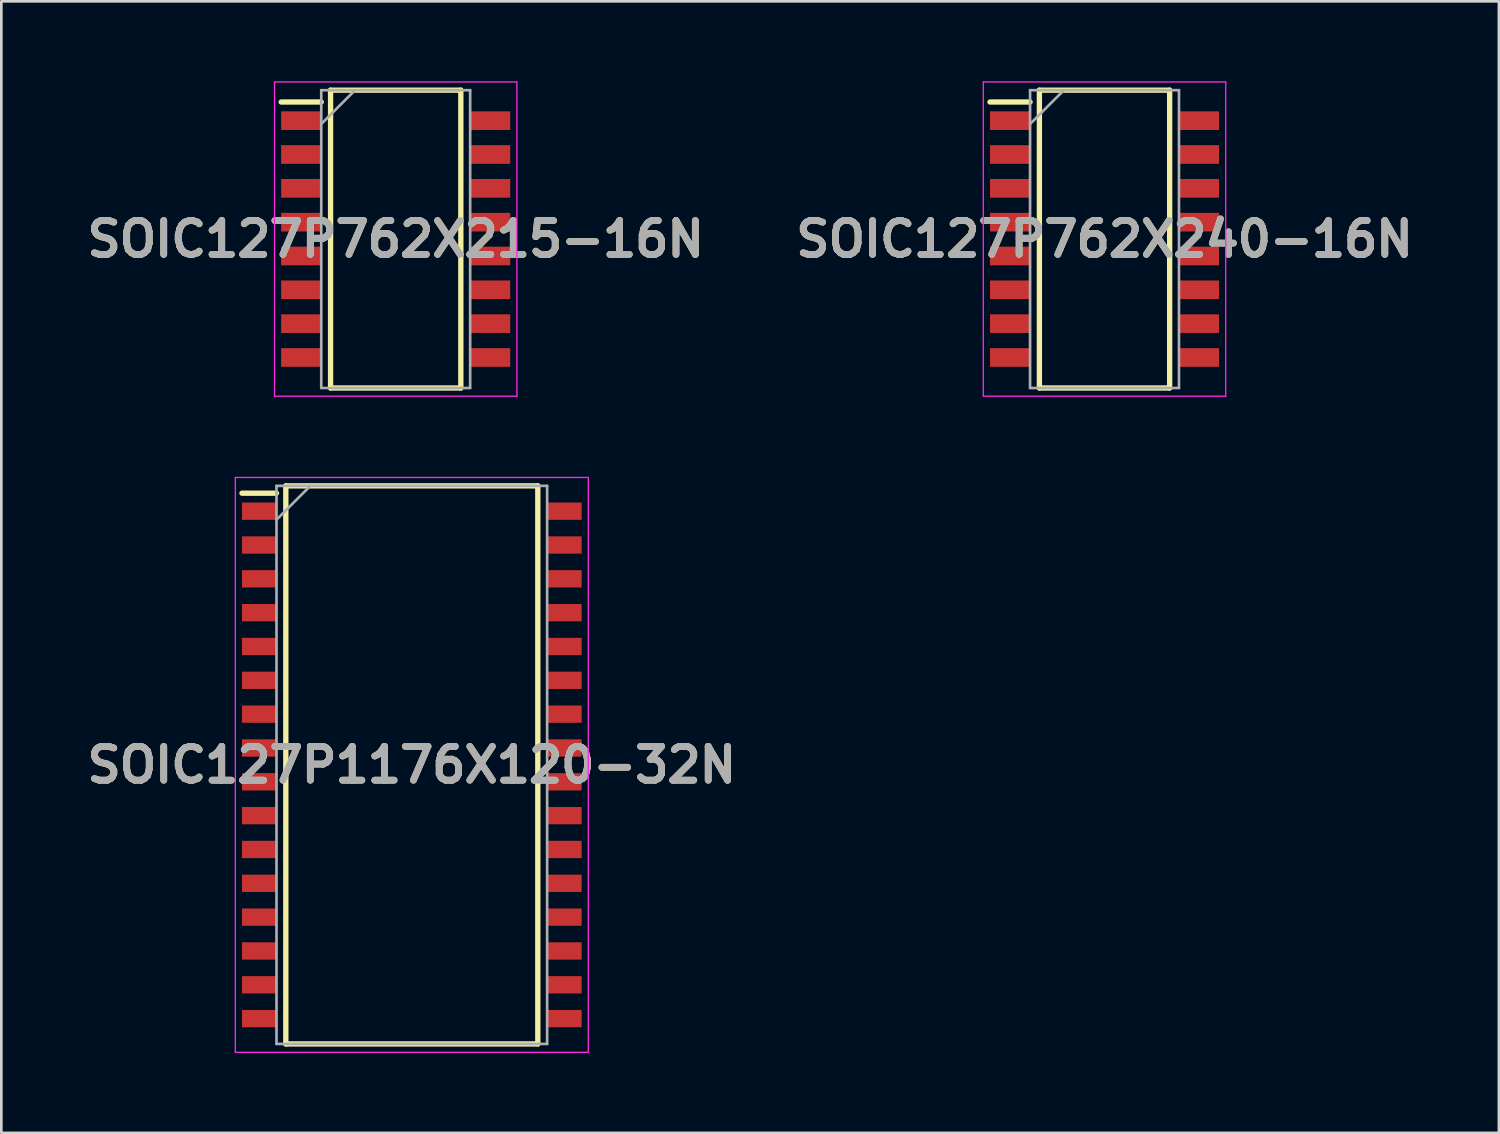
<source format=kicad_pcb>
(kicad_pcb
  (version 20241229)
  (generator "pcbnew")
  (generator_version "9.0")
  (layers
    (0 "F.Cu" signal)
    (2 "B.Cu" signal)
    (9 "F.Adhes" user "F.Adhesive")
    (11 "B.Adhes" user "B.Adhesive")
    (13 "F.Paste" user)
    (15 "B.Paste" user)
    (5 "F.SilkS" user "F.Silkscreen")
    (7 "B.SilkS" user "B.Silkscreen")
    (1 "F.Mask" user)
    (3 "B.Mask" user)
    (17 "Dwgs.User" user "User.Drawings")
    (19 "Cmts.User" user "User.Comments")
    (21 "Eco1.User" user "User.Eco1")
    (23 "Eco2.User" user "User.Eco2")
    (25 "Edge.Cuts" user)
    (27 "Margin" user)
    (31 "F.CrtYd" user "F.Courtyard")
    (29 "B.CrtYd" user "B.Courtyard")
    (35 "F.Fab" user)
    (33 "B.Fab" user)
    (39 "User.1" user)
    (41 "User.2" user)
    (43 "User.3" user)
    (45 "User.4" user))
  (footprint "SOIC127P762X215-16N"
    (layer "F.Cu")
    (at 11.805 5.925)
    (property "Reference" "SOIC127P762X215-16N" (at 0 0 0) (layer "F.SilkS") (effects (font (size 1.27 1.27) (thickness 0.254))))
    (attr smd)
    (fp_line (start -4.3 -5.145) (end -2.795 -5.145) (stroke (width 0.2) (type solid)) (layer "F.SilkS"))
    (fp_line (start -2.445 -5.59) (end 2.445 -5.59) (stroke (width 0.2) (type solid)) (layer "F.SilkS"))
    (fp_line (start -2.445 5.59) (end -2.445 -5.59) (stroke (width 0.2) (type solid)) (layer "F.SilkS"))
    (fp_line (start 2.445 -5.59) (end 2.445 5.59) (stroke (width 0.2) (type solid)) (layer "F.SilkS"))
    (fp_line (start 2.445 5.59) (end -2.445 5.59) (stroke (width 0.2) (type solid)) (layer "F.SilkS"))
    (fp_line (start -4.55 -5.9) (end 4.55 -5.9) (stroke (width 0.05) (type solid)) (layer "F.CrtYd"))
    (fp_line (start -4.55 5.9) (end -4.55 -5.9) (stroke (width 0.05) (type solid)) (layer "F.CrtYd"))
    (fp_line (start 4.55 -5.9) (end 4.55 5.9) (stroke (width 0.05) (type solid)) (layer "F.CrtYd"))
    (fp_line (start 4.55 5.9) (end -4.55 5.9) (stroke (width 0.05) (type solid)) (layer "F.CrtYd"))
    (fp_line (start -2.795 -5.59) (end 2.795 -5.59) (stroke (width 0.1) (type solid)) (layer "F.Fab"))
    (fp_line (start -2.795 -4.32) (end -1.525 -5.59) (stroke (width 0.1) (type solid)) (layer "F.Fab"))
    (fp_line (start -2.795 5.59) (end -2.795 -5.59) (stroke (width 0.1) (type solid)) (layer "F.Fab"))
    (fp_line (start 2.795 -5.59) (end 2.795 5.59) (stroke (width 0.1) (type solid)) (layer "F.Fab"))
    (fp_line (start 2.795 5.59) (end -2.795 5.59) (stroke (width 0.1) (type solid)) (layer "F.Fab"))
    (fp_text user "${REFERENCE}" (at 0 0 0) (layer "F.Fab") (effects (font (size 1.27 1.27) (thickness 0.254))))
    (pad "1" smd rect (at -3.548 -4.445 90) (size 0.7 1.505) (layers "F.Cu" "F.Mask" "F.Paste"))
    (pad "2" smd rect (at -3.548 -3.175 90) (size 0.7 1.505) (layers "F.Cu" "F.Mask" "F.Paste"))
    (pad "3" smd rect (at -3.548 -1.905 90) (size 0.7 1.505) (layers "F.Cu" "F.Mask" "F.Paste"))
    (pad "4" smd rect (at -3.548 -0.635 90) (size 0.7 1.505) (layers "F.Cu" "F.Mask" "F.Paste"))
    (pad "5" smd rect (at -3.548 0.635 90) (size 0.7 1.505) (layers "F.Cu" "F.Mask" "F.Paste"))
    (pad "6" smd rect (at -3.548 1.905 90) (size 0.7 1.505) (layers "F.Cu" "F.Mask" "F.Paste"))
    (pad "7" smd rect (at -3.548 3.175 90) (size 0.7 1.505) (layers "F.Cu" "F.Mask" "F.Paste"))
    (pad "8" smd rect (at -3.548 4.445 90) (size 0.7 1.505) (layers "F.Cu" "F.Mask" "F.Paste"))
    (pad "9" smd rect (at 3.548 4.445 90) (size 0.7 1.505) (layers "F.Cu" "F.Mask" "F.Paste"))
    (pad "10" smd rect (at 3.548 3.175 90) (size 0.7 1.505) (layers "F.Cu" "F.Mask" "F.Paste"))
    (pad "11" smd rect (at 3.548 1.905 90) (size 0.7 1.505) (layers "F.Cu" "F.Mask" "F.Paste"))
    (pad "12" smd rect (at 3.548 0.635 90) (size 0.7 1.505) (layers "F.Cu" "F.Mask" "F.Paste"))
    (pad "13" smd rect (at 3.548 -0.635 90) (size 0.7 1.505) (layers "F.Cu" "F.Mask" "F.Paste"))
    (pad "14" smd rect (at 3.548 -1.905 90) (size 0.7 1.505) (layers "F.Cu" "F.Mask" "F.Paste"))
    (pad "15" smd rect (at 3.548 -3.175 90) (size 0.7 1.505) (layers "F.Cu" "F.Mask" "F.Paste"))
    (pad "16" smd rect (at 3.548 -4.445 90) (size 0.7 1.505) (layers "F.Cu" "F.Mask" "F.Paste")))
  (footprint "SOIC127P762X240-16N"
    (layer "F.Cu")
    (at 38.415 5.925)
    (property "Reference" "SOIC127P762X240-16N" (at 0 0 0) (layer "F.SilkS") (effects (font (size 1.27 1.27) (thickness 0.254))))
    (attr smd)
    (fp_line (start -4.3 -5.145) (end -2.795 -5.145) (stroke (width 0.2) (type solid)) (layer "F.SilkS"))
    (fp_line (start -2.445 -5.59) (end 2.445 -5.59) (stroke (width 0.2) (type solid)) (layer "F.SilkS"))
    (fp_line (start -2.445 5.59) (end -2.445 -5.59) (stroke (width 0.2) (type solid)) (layer "F.SilkS"))
    (fp_line (start 2.445 -5.59) (end 2.445 5.59) (stroke (width 0.2) (type solid)) (layer "F.SilkS"))
    (fp_line (start 2.445 5.59) (end -2.445 5.59) (stroke (width 0.2) (type solid)) (layer "F.SilkS"))
    (fp_line (start -4.55 -5.9) (end 4.55 -5.9) (stroke (width 0.05) (type solid)) (layer "F.CrtYd"))
    (fp_line (start -4.55 5.9) (end -4.55 -5.9) (stroke (width 0.05) (type solid)) (layer "F.CrtYd"))
    (fp_line (start 4.55 -5.9) (end 4.55 5.9) (stroke (width 0.05) (type solid)) (layer "F.CrtYd"))
    (fp_line (start 4.55 5.9) (end -4.55 5.9) (stroke (width 0.05) (type solid)) (layer "F.CrtYd"))
    (fp_line (start -2.795 -5.59) (end 2.795 -5.59) (stroke (width 0.1) (type solid)) (layer "F.Fab"))
    (fp_line (start -2.795 -4.32) (end -1.525 -5.59) (stroke (width 0.1) (type solid)) (layer "F.Fab"))
    (fp_line (start -2.795 5.59) (end -2.795 -5.59) (stroke (width 0.1) (type solid)) (layer "F.Fab"))
    (fp_line (start 2.795 -5.59) (end 2.795 5.59) (stroke (width 0.1) (type solid)) (layer "F.Fab"))
    (fp_line (start 2.795 5.59) (end -2.795 5.59) (stroke (width 0.1) (type solid)) (layer "F.Fab"))
    (fp_text user "${REFERENCE}" (at 0 0 0) (layer "F.Fab") (effects (font (size 1.27 1.27) (thickness 0.254))))
    (pad "1" smd rect (at -3.548 -4.445 90) (size 0.7 1.505) (layers "F.Cu" "F.Mask" "F.Paste"))
    (pad "2" smd rect (at -3.548 -3.175 90) (size 0.7 1.505) (layers "F.Cu" "F.Mask" "F.Paste"))
    (pad "3" smd rect (at -3.548 -1.905 90) (size 0.7 1.505) (layers "F.Cu" "F.Mask" "F.Paste"))
    (pad "4" smd rect (at -3.548 -0.635 90) (size 0.7 1.505) (layers "F.Cu" "F.Mask" "F.Paste"))
    (pad "5" smd rect (at -3.548 0.635 90) (size 0.7 1.505) (layers "F.Cu" "F.Mask" "F.Paste"))
    (pad "6" smd rect (at -3.548 1.905 90) (size 0.7 1.505) (layers "F.Cu" "F.Mask" "F.Paste"))
    (pad "7" smd rect (at -3.548 3.175 90) (size 0.7 1.505) (layers "F.Cu" "F.Mask" "F.Paste"))
    (pad "8" smd rect (at -3.548 4.445 90) (size 0.7 1.505) (layers "F.Cu" "F.Mask" "F.Paste"))
    (pad "9" smd rect (at 3.548 4.445 90) (size 0.7 1.505) (layers "F.Cu" "F.Mask" "F.Paste"))
    (pad "10" smd rect (at 3.548 3.175 90) (size 0.7 1.505) (layers "F.Cu" "F.Mask" "F.Paste"))
    (pad "11" smd rect (at 3.548 1.905 90) (size 0.7 1.505) (layers "F.Cu" "F.Mask" "F.Paste"))
    (pad "12" smd rect (at 3.548 0.635 90) (size 0.7 1.505) (layers "F.Cu" "F.Mask" "F.Paste"))
    (pad "13" smd rect (at 3.548 -0.635 90) (size 0.7 1.505) (layers "F.Cu" "F.Mask" "F.Paste"))
    (pad "14" smd rect (at 3.548 -1.905 90) (size 0.7 1.505) (layers "F.Cu" "F.Mask" "F.Paste"))
    (pad "15" smd rect (at 3.548 -3.175 90) (size 0.7 1.505) (layers "F.Cu" "F.Mask" "F.Paste"))
    (pad "16" smd rect (at 3.548 -4.445 90) (size 0.7 1.505) (layers "F.Cu" "F.Mask" "F.Paste")))
  (footprint "SOIC127P1176X120-32N"
    (layer "F.Cu")
    (at 12.41 25.665)
    (property "Reference" "SOIC127P1176X120-32N" (at 0 0 0) (layer "F.SilkS") (effects (font (size 1.27 1.27) (thickness 0.254))))
    (attr smd)
    (fp_line (start -6.375 -10.2) (end -5.08 -10.2) (stroke (width 0.2) (type solid)) (layer "F.SilkS"))
    (fp_line (start -4.73 -10.475) (end 4.73 -10.475) (stroke (width 0.2) (type solid)) (layer "F.SilkS"))
    (fp_line (start -4.73 10.475) (end -4.73 -10.475) (stroke (width 0.2) (type solid)) (layer "F.SilkS"))
    (fp_line (start 4.73 -10.475) (end 4.73 10.475) (stroke (width 0.2) (type solid)) (layer "F.SilkS"))
    (fp_line (start 4.73 10.475) (end -4.73 10.475) (stroke (width 0.2) (type solid)) (layer "F.SilkS"))
    (fp_line (start -6.625 -10.79) (end 6.625 -10.79) (stroke (width 0.05) (type solid)) (layer "F.CrtYd"))
    (fp_line (start -6.625 10.79) (end -6.625 -10.79) (stroke (width 0.05) (type solid)) (layer "F.CrtYd"))
    (fp_line (start 6.625 -10.79) (end 6.625 10.79) (stroke (width 0.05) (type solid)) (layer "F.CrtYd"))
    (fp_line (start 6.625 10.79) (end -6.625 10.79) (stroke (width 0.05) (type solid)) (layer "F.CrtYd"))
    (fp_line (start -5.08 -10.475) (end 5.08 -10.475) (stroke (width 0.1) (type solid)) (layer "F.Fab"))
    (fp_line (start -5.08 -9.205) (end -3.81 -10.475) (stroke (width 0.1) (type solid)) (layer "F.Fab"))
    (fp_line (start -5.08 10.475) (end -5.08 -10.475) (stroke (width 0.1) (type solid)) (layer "F.Fab"))
    (fp_line (start 5.08 -10.475) (end 5.08 10.475) (stroke (width 0.1) (type solid)) (layer "F.Fab"))
    (fp_line (start 5.08 10.475) (end -5.08 10.475) (stroke (width 0.1) (type solid)) (layer "F.Fab"))
    (fp_text user "${REFERENCE}" (at 0 0 0) (layer "F.Fab") (effects (font (size 1.27 1.27) (thickness 0.254))))
    (pad "1" smd rect (at -5.728 -9.525 90) (size 0.65 1.295) (layers "F.Cu" "F.Mask" "F.Paste"))
    (pad "2" smd rect (at -5.728 -8.255 90) (size 0.65 1.295) (layers "F.Cu" "F.Mask" "F.Paste"))
    (pad "3" smd rect (at -5.728 -6.985 90) (size 0.65 1.295) (layers "F.Cu" "F.Mask" "F.Paste"))
    (pad "4" smd rect (at -5.728 -5.715 90) (size 0.65 1.295) (layers "F.Cu" "F.Mask" "F.Paste"))
    (pad "5" smd rect (at -5.728 -4.445 90) (size 0.65 1.295) (layers "F.Cu" "F.Mask" "F.Paste"))
    (pad "6" smd rect (at -5.728 -3.175 90) (size 0.65 1.295) (layers "F.Cu" "F.Mask" "F.Paste"))
    (pad "7" smd rect (at -5.728 -1.905 90) (size 0.65 1.295) (layers "F.Cu" "F.Mask" "F.Paste"))
    (pad "8" smd rect (at -5.728 -0.635 90) (size 0.65 1.295) (layers "F.Cu" "F.Mask" "F.Paste"))
    (pad "9" smd rect (at -5.728 0.635 90) (size 0.65 1.295) (layers "F.Cu" "F.Mask" "F.Paste"))
    (pad "10" smd rect (at -5.728 1.905 90) (size 0.65 1.295) (layers "F.Cu" "F.Mask" "F.Paste"))
    (pad "11" smd rect (at -5.728 3.175 90) (size 0.65 1.295) (layers "F.Cu" "F.Mask" "F.Paste"))
    (pad "12" smd rect (at -5.728 4.445 90) (size 0.65 1.295) (layers "F.Cu" "F.Mask" "F.Paste"))
    (pad "13" smd rect (at -5.728 5.715 90) (size 0.65 1.295) (layers "F.Cu" "F.Mask" "F.Paste"))
    (pad "14" smd rect (at -5.728 6.985 90) (size 0.65 1.295) (layers "F.Cu" "F.Mask" "F.Paste"))
    (pad "15" smd rect (at -5.728 8.255 90) (size 0.65 1.295) (layers "F.Cu" "F.Mask" "F.Paste"))
    (pad "16" smd rect (at -5.728 9.525 90) (size 0.65 1.295) (layers "F.Cu" "F.Mask" "F.Paste"))
    (pad "17" smd rect (at 5.728 9.525 90) (size 0.65 1.295) (layers "F.Cu" "F.Mask" "F.Paste"))
    (pad "18" smd rect (at 5.728 8.255 90) (size 0.65 1.295) (layers "F.Cu" "F.Mask" "F.Paste"))
    (pad "19" smd rect (at 5.728 6.985 90) (size 0.65 1.295) (layers "F.Cu" "F.Mask" "F.Paste"))
    (pad "20" smd rect (at 5.728 5.715 90) (size 0.65 1.295) (layers "F.Cu" "F.Mask" "F.Paste"))
    (pad "21" smd rect (at 5.728 4.445 90) (size 0.65 1.295) (layers "F.Cu" "F.Mask" "F.Paste"))
    (pad "22" smd rect (at 5.728 3.175 90) (size 0.65 1.295) (layers "F.Cu" "F.Mask" "F.Paste"))
    (pad "23" smd rect (at 5.728 1.905 90) (size 0.65 1.295) (layers "F.Cu" "F.Mask" "F.Paste"))
    (pad "24" smd rect (at 5.728 0.635 90) (size 0.65 1.295) (layers "F.Cu" "F.Mask" "F.Paste"))
    (pad "25" smd rect (at 5.728 -0.635 90) (size 0.65 1.295) (layers "F.Cu" "F.Mask" "F.Paste"))
    (pad "26" smd rect (at 5.728 -1.905 90) (size 0.65 1.295) (layers "F.Cu" "F.Mask" "F.Paste"))
    (pad "27" smd rect (at 5.728 -3.175 90) (size 0.65 1.295) (layers "F.Cu" "F.Mask" "F.Paste"))
    (pad "28" smd rect (at 5.728 -4.445 90) (size 0.65 1.295) (layers "F.Cu" "F.Mask" "F.Paste"))
    (pad "29" smd rect (at 5.728 -5.715 90) (size 0.65 1.295) (layers "F.Cu" "F.Mask" "F.Paste"))
    (pad "30" smd rect (at 5.728 -6.985 90) (size 0.65 1.295) (layers "F.Cu" "F.Mask" "F.Paste"))
    (pad "31" smd rect (at 5.728 -8.255 90) (size 0.65 1.295) (layers "F.Cu" "F.Mask" "F.Paste"))
    (pad "32" smd rect (at 5.728 -9.525 90) (size 0.65 1.295) (layers "F.Cu" "F.Mask" "F.Paste")))
  (gr_rect
    (start -3 -3)
    (end 53.22 39.48)
    (stroke (width 0.1) (type default))
    (fill no)
    (layer "Edge.Cuts")))
</source>
